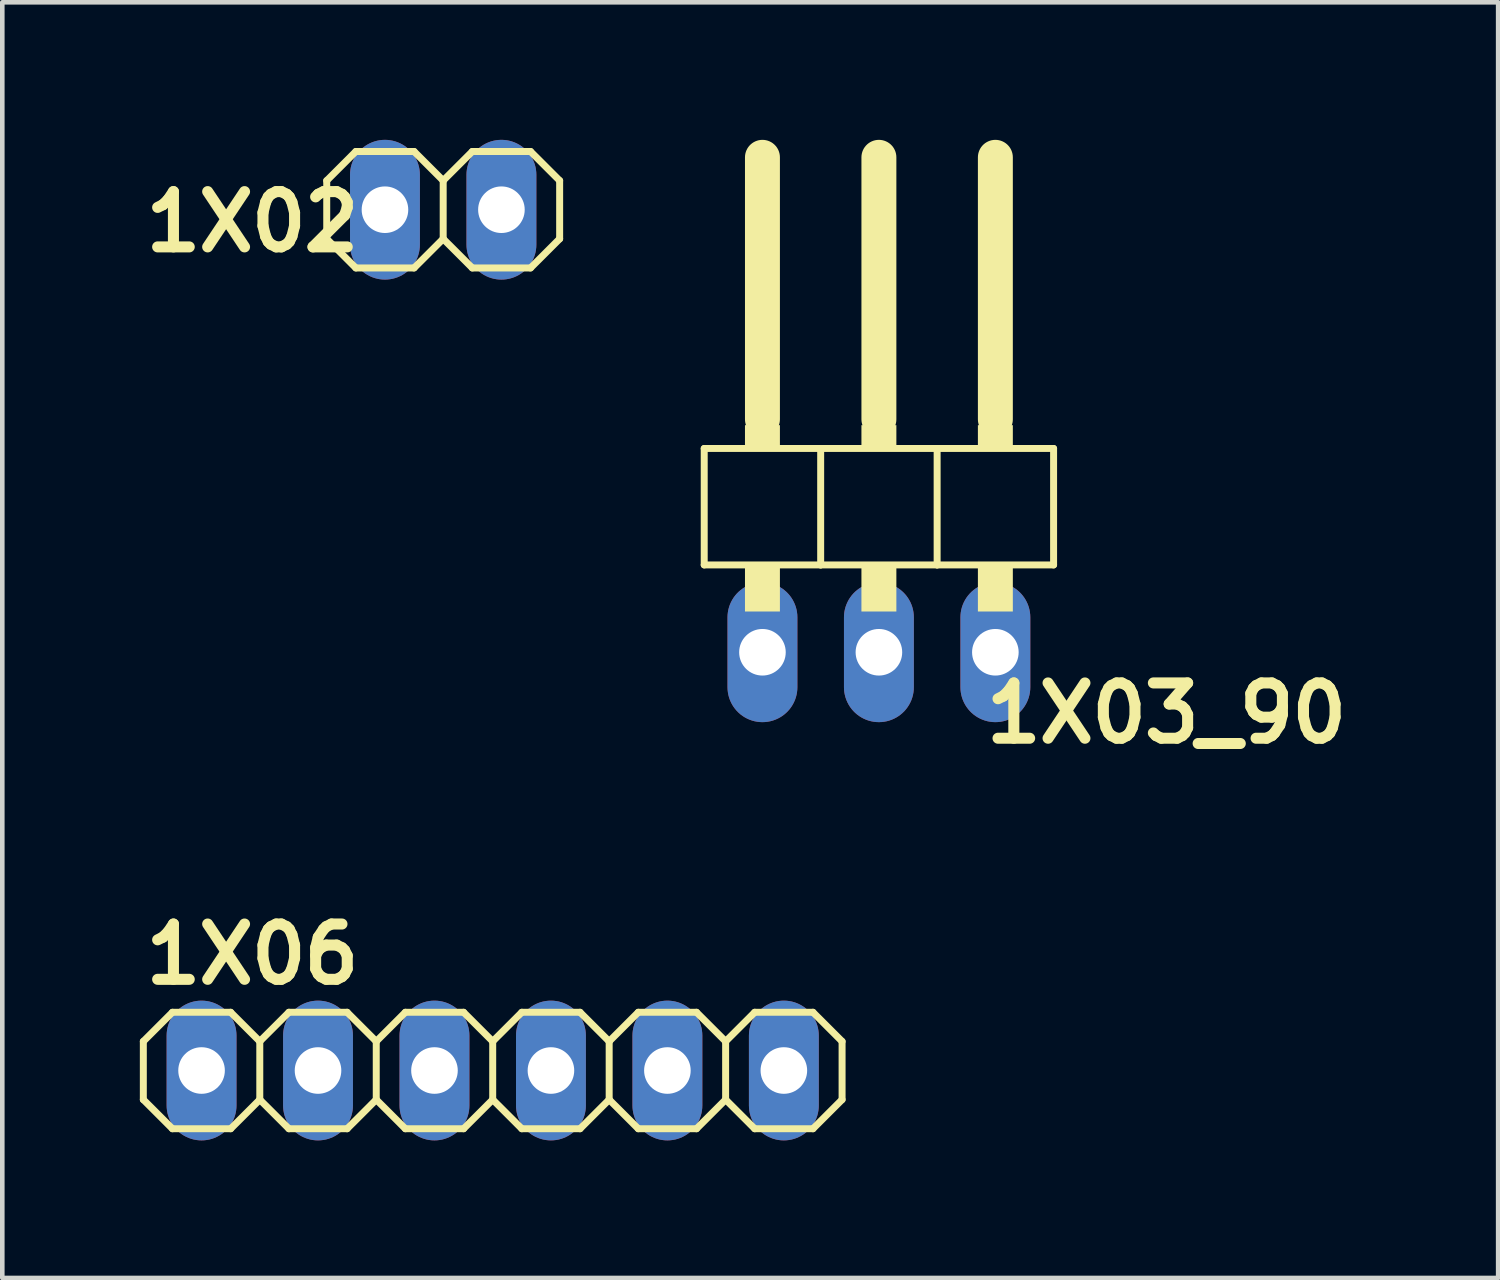
<source format=kicad_pcb>
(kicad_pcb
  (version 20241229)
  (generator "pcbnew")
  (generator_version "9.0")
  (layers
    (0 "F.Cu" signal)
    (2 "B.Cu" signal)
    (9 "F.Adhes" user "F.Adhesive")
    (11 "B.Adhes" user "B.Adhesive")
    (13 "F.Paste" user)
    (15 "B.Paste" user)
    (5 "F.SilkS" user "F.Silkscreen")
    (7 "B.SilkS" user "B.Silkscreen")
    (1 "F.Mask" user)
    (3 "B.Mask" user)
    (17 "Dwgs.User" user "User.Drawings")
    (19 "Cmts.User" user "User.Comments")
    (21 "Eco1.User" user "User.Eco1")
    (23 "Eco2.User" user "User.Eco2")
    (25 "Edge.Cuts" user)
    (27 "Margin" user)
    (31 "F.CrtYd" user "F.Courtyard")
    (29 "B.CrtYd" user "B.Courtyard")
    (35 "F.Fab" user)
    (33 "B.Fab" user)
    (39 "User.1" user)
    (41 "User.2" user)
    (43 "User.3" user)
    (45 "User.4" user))
  (footprint "1X03_90"
    (layer "F.Cu")
    (at 16.119 7.366)
    (property "Reference" "1X03_90" (at 2.21 5.845 0) (layer "F.SilkS") (effects (font (size 1.206 1.206) (thickness 0.241)) (justify left bottom)))
    (attr through_hole)
    (fp_line (start -3.81 -0.635) (end -3.81 1.905) (stroke (width 0.152) (type solid)) (layer "F.SilkS"))
    (fp_line (start -3.81 1.905) (end -1.27 1.905) (stroke (width 0.152) (type solid)) (layer "F.SilkS"))
    (fp_line (start -2.54 -6.985) (end -2.54 -1.27) (stroke (width 0.762) (type solid)) (layer "F.SilkS"))
    (fp_line (start -1.27 -0.635) (end -3.81 -0.635) (stroke (width 0.152) (type solid)) (layer "F.SilkS"))
    (fp_line (start -1.27 1.905) (end -1.27 -0.635) (stroke (width 0.152) (type solid)) (layer "F.SilkS"))
    (fp_line (start -1.27 1.905) (end 1.27 1.905) (stroke (width 0.152) (type solid)) (layer "F.SilkS"))
    (fp_line (start 0 -6.985) (end 0 -1.27) (stroke (width 0.762) (type solid)) (layer "F.SilkS"))
    (fp_line (start 1.27 -0.635) (end -1.27 -0.635) (stroke (width 0.152) (type solid)) (layer "F.SilkS"))
    (fp_line (start 1.27 1.905) (end 1.27 -0.635) (stroke (width 0.152) (type solid)) (layer "F.SilkS"))
    (fp_line (start 1.27 1.905) (end 3.81 1.905) (stroke (width 0.152) (type solid)) (layer "F.SilkS"))
    (fp_line (start 2.54 -6.985) (end 2.54 -1.27) (stroke (width 0.762) (type solid)) (layer "F.SilkS"))
    (fp_line (start 3.81 -0.635) (end 1.27 -0.635) (stroke (width 0.152) (type solid)) (layer "F.SilkS"))
    (fp_line (start 3.81 1.905) (end 3.81 -0.635) (stroke (width 0.152) (type solid)) (layer "F.SilkS"))
    (fp_poly (pts (xy -2.921 -0.635) (xy -2.159 -0.635) (xy -2.159 -1.143) (xy -2.921 -1.143)) (stroke (width 0) (type solid)) (fill yes) (layer "F.SilkS"))
    (fp_poly (pts (xy -2.921 2.921) (xy -2.159 2.921) (xy -2.159 1.905) (xy -2.921 1.905)) (stroke (width 0) (type solid)) (fill yes) (layer "F.SilkS"))
    (fp_poly (pts (xy -0.381 -0.635) (xy 0.381 -0.635) (xy 0.381 -1.143) (xy -0.381 -1.143)) (stroke (width 0) (type solid)) (fill yes) (layer "F.SilkS"))
    (fp_poly (pts (xy -0.381 2.921) (xy 0.381 2.921) (xy 0.381 1.905) (xy -0.381 1.905)) (stroke (width 0) (type solid)) (fill yes) (layer "F.SilkS"))
    (fp_poly (pts (xy 2.159 -0.635) (xy 2.921 -0.635) (xy 2.921 -1.143) (xy 2.159 -1.143)) (stroke (width 0) (type solid)) (fill yes) (layer "F.SilkS"))
    (fp_poly (pts (xy 2.159 2.921) (xy 2.921 2.921) (xy 2.921 1.905) (xy 2.159 1.905)) (stroke (width 0) (type solid)) (fill yes) (layer "F.SilkS"))
    (pad "1" thru_hole oval (at -2.54 3.81 90) (size 3.048 1.524) (drill 1.016) (layers "*.Cu" "*.Mask"))
    (pad "2" thru_hole oval (at 0 3.81 90) (size 3.048 1.524) (drill 1.016) (layers "*.Cu" "*.Mask"))
    (pad "3" thru_hole oval (at 2.54 3.81 90) (size 3.048 1.524) (drill 1.016) (layers "*.Cu" "*.Mask")))
  (footprint "1X02"
    (layer "F.Cu")
    (at 6.616 1.524)
    (property "Reference" "1X02" (at -6.616 0.971 180) (layer "F.SilkS") (effects (font (size 1.206 1.206) (thickness 0.241)) (justify left bottom)))
    (attr through_hole)
    (fp_line (start -2.54 -0.635) (end -2.54 0.635) (stroke (width 0.152) (type solid)) (layer "F.SilkS"))
    (fp_line (start -2.54 0.635) (end -1.905 1.27) (stroke (width 0.152) (type solid)) (layer "F.SilkS"))
    (fp_line (start -1.905 -1.27) (end -2.54 -0.635) (stroke (width 0.152) (type solid)) (layer "F.SilkS"))
    (fp_line (start -1.905 -1.27) (end -0.635 -1.27) (stroke (width 0.152) (type solid)) (layer "F.SilkS"))
    (fp_line (start -0.635 -1.27) (end 0 -0.635) (stroke (width 0.152) (type solid)) (layer "F.SilkS"))
    (fp_line (start -0.635 1.27) (end -1.905 1.27) (stroke (width 0.152) (type solid)) (layer "F.SilkS"))
    (fp_line (start 0 -0.635) (end 0 0.635) (stroke (width 0.152) (type solid)) (layer "F.SilkS"))
    (fp_line (start 0 -0.635) (end 0.635 -1.27) (stroke (width 0.152) (type solid)) (layer "F.SilkS"))
    (fp_line (start 0 0.635) (end -0.635 1.27) (stroke (width 0.152) (type solid)) (layer "F.SilkS"))
    (fp_line (start 0.635 -1.27) (end 1.905 -1.27) (stroke (width 0.152) (type solid)) (layer "F.SilkS"))
    (fp_line (start 0.635 1.27) (end 0 0.635) (stroke (width 0.152) (type solid)) (layer "F.SilkS"))
    (fp_line (start 1.905 -1.27) (end 2.54 -0.635) (stroke (width 0.152) (type solid)) (layer "F.SilkS"))
    (fp_line (start 1.905 1.27) (end 0.635 1.27) (stroke (width 0.152) (type solid)) (layer "F.SilkS"))
    (fp_line (start 2.54 -0.635) (end 2.54 0.635) (stroke (width 0.152) (type solid)) (layer "F.SilkS"))
    (fp_line (start 2.54 0.635) (end 1.905 1.27) (stroke (width 0.152) (type solid)) (layer "F.SilkS"))
    (fp_poly (pts (xy -1.524 0.254) (xy -1.016 0.254) (xy -1.016 -0.254) (xy -1.524 -0.254)) (stroke (width 0.1) (type solid)) (fill no) (layer "F.Fab"))
    (fp_poly (pts (xy 1.016 0.254) (xy 1.524 0.254) (xy 1.524 -0.254) (xy 1.016 -0.254)) (stroke (width 0.1) (type solid)) (fill no) (layer "F.Fab"))
    (pad "1" thru_hole oval (at -1.27 0 90) (size 3.048 1.524) (drill 1.016) (layers "*.Cu" "*.Mask"))
    (pad "2" thru_hole oval (at 1.27 0 90) (size 3.048 1.524) (drill 1.016) (layers "*.Cu" "*.Mask")))
  (footprint "1X06"
    (layer "F.Cu")
    (at 7.696 20.298)
    (property "Reference" "1X06" (at -7.696 -1.829 0) (layer "F.SilkS") (effects (font (size 1.206 1.206) (thickness 0.241)) (justify left bottom)))
    (attr through_hole)
    (fp_line (start -7.62 -0.635) (end -7.62 0.635) (stroke (width 0.152) (type solid)) (layer "F.SilkS"))
    (fp_line (start -7.62 0.635) (end -6.985 1.27) (stroke (width 0.152) (type solid)) (layer "F.SilkS"))
    (fp_line (start -6.985 -1.27) (end -7.62 -0.635) (stroke (width 0.152) (type solid)) (layer "F.SilkS"))
    (fp_line (start -6.985 -1.27) (end -5.715 -1.27) (stroke (width 0.152) (type solid)) (layer "F.SilkS"))
    (fp_line (start -5.715 -1.27) (end -5.08 -0.635) (stroke (width 0.152) (type solid)) (layer "F.SilkS"))
    (fp_line (start -5.715 1.27) (end -6.985 1.27) (stroke (width 0.152) (type solid)) (layer "F.SilkS"))
    (fp_line (start -5.08 -0.635) (end -5.08 0.635) (stroke (width 0.152) (type solid)) (layer "F.SilkS"))
    (fp_line (start -5.08 -0.635) (end -4.445 -1.27) (stroke (width 0.152) (type solid)) (layer "F.SilkS"))
    (fp_line (start -5.08 0.635) (end -5.715 1.27) (stroke (width 0.152) (type solid)) (layer "F.SilkS"))
    (fp_line (start -4.445 -1.27) (end -3.175 -1.27) (stroke (width 0.152) (type solid)) (layer "F.SilkS"))
    (fp_line (start -4.445 1.27) (end -5.08 0.635) (stroke (width 0.152) (type solid)) (layer "F.SilkS"))
    (fp_line (start -3.175 -1.27) (end -2.54 -0.635) (stroke (width 0.152) (type solid)) (layer "F.SilkS"))
    (fp_line (start -3.175 1.27) (end -4.445 1.27) (stroke (width 0.152) (type solid)) (layer "F.SilkS"))
    (fp_line (start -2.54 -0.635) (end -2.54 0.635) (stroke (width 0.152) (type solid)) (layer "F.SilkS"))
    (fp_line (start -2.54 -0.635) (end -1.905 -1.27) (stroke (width 0.152) (type solid)) (layer "F.SilkS"))
    (fp_line (start -2.54 0.635) (end -3.175 1.27) (stroke (width 0.152) (type solid)) (layer "F.SilkS"))
    (fp_line (start -1.905 -1.27) (end -0.635 -1.27) (stroke (width 0.152) (type solid)) (layer "F.SilkS"))
    (fp_line (start -1.905 1.27) (end -2.54 0.635) (stroke (width 0.152) (type solid)) (layer "F.SilkS"))
    (fp_line (start -0.635 -1.27) (end 0 -0.635) (stroke (width 0.152) (type solid)) (layer "F.SilkS"))
    (fp_line (start -0.635 1.27) (end -1.905 1.27) (stroke (width 0.152) (type solid)) (layer "F.SilkS"))
    (fp_line (start 0 -0.635) (end 0 0.635) (stroke (width 0.152) (type solid)) (layer "F.SilkS"))
    (fp_line (start 0 0.635) (end -0.635 1.27) (stroke (width 0.152) (type solid)) (layer "F.SilkS"))
    (fp_line (start 0 0.635) (end 0.635 1.27) (stroke (width 0.152) (type solid)) (layer "F.SilkS"))
    (fp_line (start 0.635 -1.27) (end 0 -0.635) (stroke (width 0.152) (type solid)) (layer "F.SilkS"))
    (fp_line (start 0.635 -1.27) (end 1.905 -1.27) (stroke (width 0.152) (type solid)) (layer "F.SilkS"))
    (fp_line (start 1.905 -1.27) (end 2.54 -0.635) (stroke (width 0.152) (type solid)) (layer "F.SilkS"))
    (fp_line (start 1.905 1.27) (end 0.635 1.27) (stroke (width 0.152) (type solid)) (layer "F.SilkS"))
    (fp_line (start 2.54 -0.635) (end 2.54 0.635) (stroke (width 0.152) (type solid)) (layer "F.SilkS"))
    (fp_line (start 2.54 -0.635) (end 3.175 -1.27) (stroke (width 0.152) (type solid)) (layer "F.SilkS"))
    (fp_line (start 2.54 0.635) (end 1.905 1.27) (stroke (width 0.152) (type solid)) (layer "F.SilkS"))
    (fp_line (start 3.175 -1.27) (end 4.445 -1.27) (stroke (width 0.152) (type solid)) (layer "F.SilkS"))
    (fp_line (start 3.175 1.27) (end 2.54 0.635) (stroke (width 0.152) (type solid)) (layer "F.SilkS"))
    (fp_line (start 4.445 -1.27) (end 5.08 -0.635) (stroke (width 0.152) (type solid)) (layer "F.SilkS"))
    (fp_line (start 4.445 1.27) (end 3.175 1.27) (stroke (width 0.152) (type solid)) (layer "F.SilkS"))
    (fp_line (start 5.08 -0.635) (end 5.08 0.635) (stroke (width 0.152) (type solid)) (layer "F.SilkS"))
    (fp_line (start 5.08 0.635) (end 4.445 1.27) (stroke (width 0.152) (type solid)) (layer "F.SilkS"))
    (fp_line (start 5.08 0.635) (end 5.715 1.27) (stroke (width 0.152) (type solid)) (layer "F.SilkS"))
    (fp_line (start 5.715 -1.27) (end 5.08 -0.635) (stroke (width 0.152) (type solid)) (layer "F.SilkS"))
    (fp_line (start 5.715 -1.27) (end 6.985 -1.27) (stroke (width 0.152) (type solid)) (layer "F.SilkS"))
    (fp_line (start 6.985 -1.27) (end 7.62 -0.635) (stroke (width 0.152) (type solid)) (layer "F.SilkS"))
    (fp_line (start 6.985 1.27) (end 5.715 1.27) (stroke (width 0.152) (type solid)) (layer "F.SilkS"))
    (fp_line (start 7.62 -0.635) (end 7.62 0.635) (stroke (width 0.152) (type solid)) (layer "F.SilkS"))
    (fp_line (start 7.62 0.635) (end 6.985 1.27) (stroke (width 0.152) (type solid)) (layer "F.SilkS"))
    (fp_poly (pts (xy -6.604 0.254) (xy -6.096 0.254) (xy -6.096 -0.254) (xy -6.604 -0.254)) (stroke (width 0.1) (type solid)) (fill no) (layer "F.Fab"))
    (fp_poly (pts (xy -4.064 0.254) (xy -3.556 0.254) (xy -3.556 -0.254) (xy -4.064 -0.254)) (stroke (width 0.1) (type solid)) (fill no) (layer "F.Fab"))
    (fp_poly (pts (xy -1.524 0.254) (xy -1.016 0.254) (xy -1.016 -0.254) (xy -1.524 -0.254)) (stroke (width 0.1) (type solid)) (fill no) (layer "F.Fab"))
    (fp_poly (pts (xy 1.016 0.254) (xy 1.524 0.254) (xy 1.524 -0.254) (xy 1.016 -0.254)) (stroke (width 0.1) (type solid)) (fill no) (layer "F.Fab"))
    (fp_poly (pts (xy 3.556 0.254) (xy 4.064 0.254) (xy 4.064 -0.254) (xy 3.556 -0.254)) (stroke (width 0.1) (type solid)) (fill no) (layer "F.Fab"))
    (fp_poly (pts (xy 6.096 0.254) (xy 6.604 0.254) (xy 6.604 -0.254) (xy 6.096 -0.254)) (stroke (width 0.1) (type solid)) (fill no) (layer "F.Fab"))
    (pad "1" thru_hole oval (at -6.35 0 90) (size 3.048 1.524) (drill 1.016) (layers "*.Cu" "*.Mask"))
    (pad "2" thru_hole oval (at -3.81 0 90) (size 3.048 1.524) (drill 1.016) (layers "*.Cu" "*.Mask"))
    (pad "3" thru_hole oval (at -1.27 0 90) (size 3.048 1.524) (drill 1.016) (layers "*.Cu" "*.Mask"))
    (pad "4" thru_hole oval (at 1.27 0 90) (size 3.048 1.524) (drill 1.016) (layers "*.Cu" "*.Mask"))
    (pad "5" thru_hole oval (at 3.81 0 90) (size 3.048 1.524) (drill 1.016) (layers "*.Cu" "*.Mask"))
    (pad "6" thru_hole oval (at 6.35 0 90) (size 3.048 1.524) (drill 1.016) (layers "*.Cu" "*.Mask")))
  (gr_rect
    (start -3 -3)
    (end 29.625 24.822)
    (stroke (width 0.1) (type default))
    (fill no)
    (layer "Edge.Cuts")))
</source>
